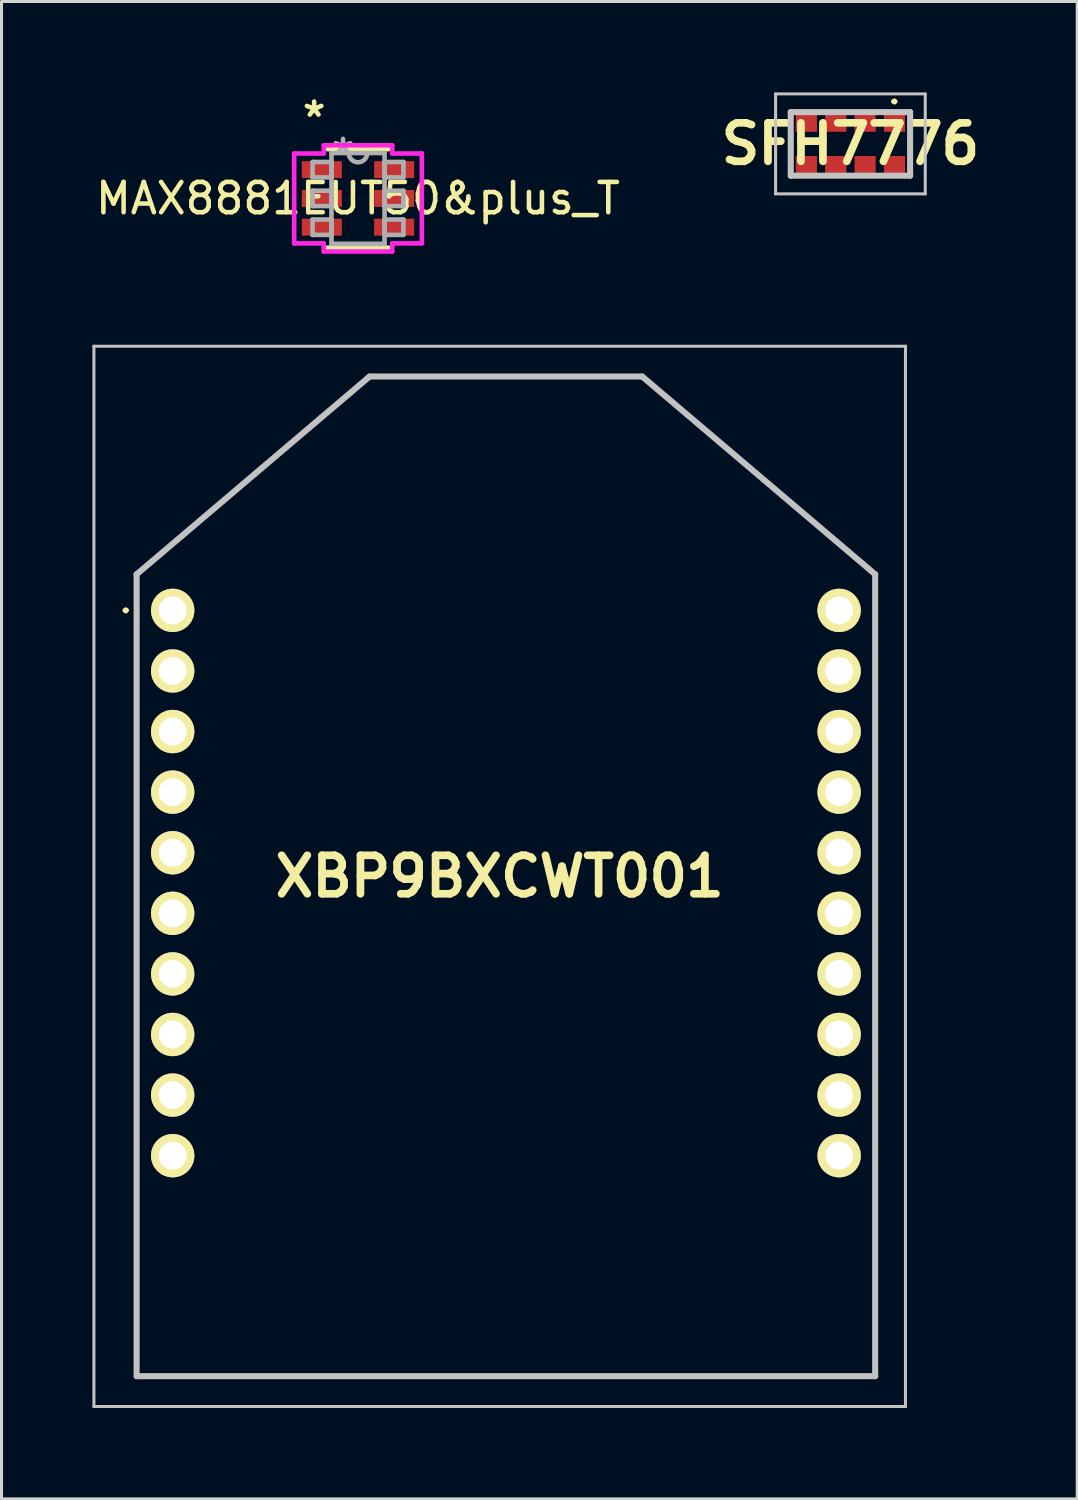
<source format=kicad_pcb>
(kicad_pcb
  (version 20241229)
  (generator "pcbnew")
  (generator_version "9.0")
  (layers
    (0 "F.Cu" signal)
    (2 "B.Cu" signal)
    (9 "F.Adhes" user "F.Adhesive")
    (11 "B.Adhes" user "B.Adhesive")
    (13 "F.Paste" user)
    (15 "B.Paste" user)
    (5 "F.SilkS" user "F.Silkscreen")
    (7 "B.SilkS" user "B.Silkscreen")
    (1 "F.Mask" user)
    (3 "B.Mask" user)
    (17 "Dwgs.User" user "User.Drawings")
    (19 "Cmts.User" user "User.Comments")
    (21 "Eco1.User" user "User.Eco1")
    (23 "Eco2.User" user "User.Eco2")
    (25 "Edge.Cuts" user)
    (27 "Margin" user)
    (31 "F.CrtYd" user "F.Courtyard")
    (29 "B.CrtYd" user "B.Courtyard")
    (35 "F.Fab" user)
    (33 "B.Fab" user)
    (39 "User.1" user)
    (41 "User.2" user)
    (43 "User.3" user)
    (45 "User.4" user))
  (footprint "XBP9BXCWT001"
    (layer "F.Cu")
    (at 2.65 17.099)
    (property "Reference" "XBP9BXCWT001" (at 10.795 8.78 0) (layer "F.SilkS") (effects (font (size 1.27 1.27) (thickness 0.254))))
    (attr through_hole)
    (fp_line (start -1.6 0) (end -1.6 0) (stroke (width 0.1) (type solid)) (layer "F.SilkS"))
    (fp_line (start -1.5 0) (end -1.5 0) (stroke (width 0.1) (type solid)) (layer "F.SilkS"))
    (fp_line (start -1.19 -1.19) (end -1.19 25.28) (stroke (width 0.1) (type solid)) (layer "F.SilkS"))
    (fp_line (start -1.19 25.28) (end 23.19 25.28) (stroke (width 0.1) (type solid)) (layer "F.SilkS"))
    (fp_line (start 6.5 -7.72) (end -1.19 -1.19) (stroke (width 0.1) (type solid)) (layer "F.SilkS"))
    (fp_line (start 15.5 -7.72) (end 6.5 -7.72) (stroke (width 0.1) (type solid)) (layer "F.SilkS"))
    (fp_line (start 23.19 -1.19) (end 15.5 -7.72) (stroke (width 0.1) (type solid)) (layer "F.SilkS"))
    (fp_line (start 23.19 25.28) (end 23.19 -1.19) (stroke (width 0.1) (type solid)) (layer "F.SilkS"))
    (fp_arc (start -1.6 0) (mid -1.55 -0.05) (end -1.5 0) (stroke (width 0.1) (type solid)) (layer "F.SilkS"))
    (fp_arc (start -1.5 0) (mid -1.55 0.05) (end -1.6 0) (stroke (width 0.1) (type solid)) (layer "F.SilkS"))
    (fp_line (start -2.6 -8.72) (end 24.19 -8.72) (stroke (width 0.1) (type solid)) (layer "Dwgs.User"))
    (fp_line (start -2.6 26.28) (end -2.6 -8.72) (stroke (width 0.1) (type solid)) (layer "Dwgs.User"))
    (fp_line (start -1.19 -1.19) (end -1.19 25.28) (stroke (width 0.2) (type solid)) (layer "Dwgs.User"))
    (fp_line (start -1.19 25.28) (end 23.19 25.28) (stroke (width 0.2) (type solid)) (layer "Dwgs.User"))
    (fp_line (start 6.5 -7.72) (end -1.19 -1.19) (stroke (width 0.2) (type solid)) (layer "Dwgs.User"))
    (fp_line (start 15.5 -7.72) (end 6.5 -7.72) (stroke (width 0.2) (type solid)) (layer "Dwgs.User"))
    (fp_line (start 23.19 -1.19) (end 15.5 -7.72) (stroke (width 0.2) (type solid)) (layer "Dwgs.User"))
    (fp_line (start 23.19 25.28) (end 23.19 -1.19) (stroke (width 0.2) (type solid)) (layer "Dwgs.User"))
    (fp_line (start 24.19 -8.72) (end 24.19 26.28) (stroke (width 0.1) (type solid)) (layer "Dwgs.User"))
    (fp_line (start 24.19 26.28) (end -2.6 26.28) (stroke (width 0.1) (type solid)) (layer "Dwgs.User"))
    (pad "1" thru_hole circle (at 0 0 90) (size 1.431 1.431) (drill 0.92) (layers "*.Cu" "*.Mask" "F.SilkS"))
    (pad "2" thru_hole circle (at 0 2 90) (size 1.431 1.431) (drill 0.92) (layers "*.Cu" "*.Mask" "F.SilkS"))
    (pad "3" thru_hole circle (at 0 4 90) (size 1.431 1.431) (drill 0.92) (layers "*.Cu" "*.Mask" "F.SilkS"))
    (pad "4" thru_hole circle (at 0 6 90) (size 1.431 1.431) (drill 0.92) (layers "*.Cu" "*.Mask" "F.SilkS"))
    (pad "5" thru_hole circle (at 0 8 90) (size 1.431 1.431) (drill 0.92) (layers "*.Cu" "*.Mask" "F.SilkS"))
    (pad "6" thru_hole circle (at 0 10 90) (size 1.431 1.431) (drill 0.92) (layers "*.Cu" "*.Mask" "F.SilkS"))
    (pad "7" thru_hole circle (at 0 12 90) (size 1.431 1.431) (drill 0.92) (layers "*.Cu" "*.Mask" "F.SilkS"))
    (pad "8" thru_hole circle (at 0 14 90) (size 1.431 1.431) (drill 0.92) (layers "*.Cu" "*.Mask" "F.SilkS"))
    (pad "9" thru_hole circle (at 0 16 90) (size 1.431 1.431) (drill 0.92) (layers "*.Cu" "*.Mask" "F.SilkS"))
    (pad "10" thru_hole circle (at 0 18 90) (size 1.431 1.431) (drill 0.92) (layers "*.Cu" "*.Mask" "F.SilkS"))
    (pad "11" thru_hole circle (at 22 18 90) (size 1.431 1.431) (drill 0.92) (layers "*.Cu" "*.Mask" "F.SilkS"))
    (pad "12" thru_hole circle (at 22 16 90) (size 1.431 1.431) (drill 0.92) (layers "*.Cu" "*.Mask" "F.SilkS"))
    (pad "13" thru_hole circle (at 22 14 90) (size 1.431 1.431) (drill 0.92) (layers "*.Cu" "*.Mask" "F.SilkS"))
    (pad "14" thru_hole circle (at 22 12 90) (size 1.431 1.431) (drill 0.92) (layers "*.Cu" "*.Mask" "F.SilkS"))
    (pad "15" thru_hole circle (at 22 10 90) (size 1.431 1.431) (drill 0.92) (layers "*.Cu" "*.Mask" "F.SilkS"))
    (pad "16" thru_hole circle (at 22 8 90) (size 1.431 1.431) (drill 0.92) (layers "*.Cu" "*.Mask" "F.SilkS"))
    (pad "17" thru_hole circle (at 22 6 90) (size 1.431 1.431) (drill 0.92) (layers "*.Cu" "*.Mask" "F.SilkS"))
    (pad "18" thru_hole circle (at 22 4 90) (size 1.431 1.431) (drill 0.92) (layers "*.Cu" "*.Mask" "F.SilkS"))
    (pad "19" thru_hole circle (at 22 2 90) (size 1.431 1.431) (drill 0.92) (layers "*.Cu" "*.Mask" "F.SilkS"))
    (pad "20" thru_hole circle (at 22 0 90) (size 1.431 1.431) (drill 0.92) (layers "*.Cu" "*.Mask" "F.SilkS")))
  (footprint "SFH7776"
    (layer "F.Cu")
    (at 25.023 1.7)
    (property "Reference" "SFH7776" (at 0 0 0) (layer "F.SilkS") (effects (font (size 1.27 1.27) (thickness 0.254))))
    (attr smd)
    (fp_line (start -1.97 -1.05) (end -1.94 1.05) (stroke (width 0.1) (type solid)) (layer "F.SilkS"))
    (fp_line (start 1.4 -1.4) (end 1.4 -1.4) (stroke (width 0.1) (type solid)) (layer "F.SilkS"))
    (fp_line (start 1.5 -1.4) (end 1.5 -1.4) (stroke (width 0.1) (type solid)) (layer "F.SilkS"))
    (fp_line (start 1.97 -1.05) (end 1.97 1.05) (stroke (width 0.1) (type solid)) (layer "F.SilkS"))
    (fp_arc (start 1.4 -1.4) (mid 1.45 -1.45) (end 1.5 -1.4) (stroke (width 0.1) (type solid)) (layer "F.SilkS"))
    (fp_arc (start 1.5 -1.4) (mid 1.45 -1.35) (end 1.4 -1.4) (stroke (width 0.1) (type solid)) (layer "F.SilkS"))
    (fp_line (start -2.47 -1.65) (end 2.47 -1.65) (stroke (width 0.1) (type solid)) (layer "Dwgs.User"))
    (fp_line (start -2.47 1.65) (end -2.47 -1.65) (stroke (width 0.1) (type solid)) (layer "Dwgs.User"))
    (fp_line (start -1.97 -1.05) (end 1.97 -1.05) (stroke (width 0.2) (type solid)) (layer "Dwgs.User"))
    (fp_line (start -1.97 1.05) (end -1.97 -1.05) (stroke (width 0.2) (type solid)) (layer "Dwgs.User"))
    (fp_line (start 1.97 -1.05) (end 1.97 1.05) (stroke (width 0.2) (type solid)) (layer "Dwgs.User"))
    (fp_line (start 1.97 1.05) (end -1.97 1.05) (stroke (width 0.2) (type solid)) (layer "Dwgs.User"))
    (fp_line (start 2.47 -1.65) (end 2.47 1.65) (stroke (width 0.1) (type solid)) (layer "Dwgs.User"))
    (fp_line (start 2.47 1.65) (end -2.47 1.65) (stroke (width 0.1) (type solid)) (layer "Dwgs.User"))
    (pad "1" smd rect (at 1.455 -0.7 90) (size 0.6 0.7) (layers "F.Cu" "F.Mask" "F.Paste"))
    (pad "2" smd rect (at 0.485 -0.7 90) (size 0.6 0.7) (layers "F.Cu" "F.Mask" "F.Paste"))
    (pad "3" smd rect (at -0.485 -0.7 90) (size 0.6 0.7) (layers "F.Cu" "F.Mask" "F.Paste"))
    (pad "4" smd rect (at -1.455 -0.7 90) (size 0.6 0.7) (layers "F.Cu" "F.Mask" "F.Paste"))
    (pad "5" smd rect (at -1.455 0.7 90) (size 0.6 0.7) (layers "F.Cu" "F.Mask" "F.Paste"))
    (pad "6" smd rect (at -0.485 0.7 90) (size 0.6 0.7) (layers "F.Cu" "F.Mask" "F.Paste"))
    (pad "7" smd rect (at 0.485 0.7 90) (size 0.6 0.7) (layers "F.Cu" "F.Mask" "F.Paste"))
    (pad "8" smd rect (at 1.455 0.7 90) (size 0.6 0.7) (layers "F.Cu" "F.Mask" "F.Paste")))
  (footprint "MAX8881EUT50&plus_T"
    (layer "F.Cu")
    (at 8.768 3.5)
    (property "Reference" "MAX8881EUT50&plus_T" (at 0 0 0) (layer "F.SilkS") (effects (font (size 1 1) (thickness 0.15))))
    (attr through_hole)
    (fp_line (start -1.003 1.626) (end 1.003 1.626) (stroke (width 0.152) (type solid)) (layer "F.SilkS"))
    (fp_line (start 1.003 -1.626) (end -1.003 -1.626) (stroke (width 0.152) (type solid)) (layer "F.SilkS"))
    (fp_line (start -2.108 -1.483) (end -1.13 -1.483) (stroke (width 0.152) (type solid)) (layer "F.CrtYd"))
    (fp_line (start -2.108 1.483) (end -2.108 -1.483) (stroke (width 0.152) (type solid)) (layer "F.CrtYd"))
    (fp_line (start -1.13 -1.753) (end 1.13 -1.753) (stroke (width 0.152) (type solid)) (layer "F.CrtYd"))
    (fp_line (start -1.13 -1.483) (end -1.13 -1.753) (stroke (width 0.152) (type solid)) (layer "F.CrtYd"))
    (fp_line (start -1.13 1.483) (end -2.108 1.483) (stroke (width 0.152) (type solid)) (layer "F.CrtYd"))
    (fp_line (start -1.13 1.753) (end -1.13 1.483) (stroke (width 0.152) (type solid)) (layer "F.CrtYd"))
    (fp_line (start 1.13 -1.753) (end 1.13 -1.483) (stroke (width 0.152) (type solid)) (layer "F.CrtYd"))
    (fp_line (start 1.13 -1.483) (end 2.108 -1.483) (stroke (width 0.152) (type solid)) (layer "F.CrtYd"))
    (fp_line (start 1.13 1.483) (end 1.13 1.753) (stroke (width 0.152) (type solid)) (layer "F.CrtYd"))
    (fp_line (start 1.13 1.753) (end -1.13 1.753) (stroke (width 0.152) (type solid)) (layer "F.CrtYd"))
    (fp_line (start 2.108 -1.483) (end 2.108 1.483) (stroke (width 0.152) (type solid)) (layer "F.CrtYd"))
    (fp_line (start 2.108 1.483) (end 1.13 1.483) (stroke (width 0.152) (type solid)) (layer "F.CrtYd"))
    (fp_line (start -1.499 -1.204) (end -1.499 -0.696) (stroke (width 0.152) (type solid)) (layer "F.Fab"))
    (fp_line (start -1.499 -0.696) (end -0.876 -0.696) (stroke (width 0.152) (type solid)) (layer "F.Fab"))
    (fp_line (start -1.499 -0.254) (end -1.499 0.254) (stroke (width 0.152) (type solid)) (layer "F.Fab"))
    (fp_line (start -1.499 0.254) (end -0.876 0.254) (stroke (width 0.152) (type solid)) (layer "F.Fab"))
    (fp_line (start -1.499 0.696) (end -1.499 1.204) (stroke (width 0.152) (type solid)) (layer "F.Fab"))
    (fp_line (start -1.499 1.204) (end -0.876 1.204) (stroke (width 0.152) (type solid)) (layer "F.Fab"))
    (fp_line (start -0.876 -1.499) (end -0.876 1.499) (stroke (width 0.152) (type solid)) (layer "F.Fab"))
    (fp_line (start -0.876 -1.204) (end -1.499 -1.204) (stroke (width 0.152) (type solid)) (layer "F.Fab"))
    (fp_line (start -0.876 -0.696) (end -0.876 -1.204) (stroke (width 0.152) (type solid)) (layer "F.Fab"))
    (fp_line (start -0.876 -0.254) (end -1.499 -0.254) (stroke (width 0.152) (type solid)) (layer "F.Fab"))
    (fp_line (start -0.876 0.254) (end -0.876 -0.254) (stroke (width 0.152) (type solid)) (layer "F.Fab"))
    (fp_line (start -0.876 0.696) (end -1.499 0.696) (stroke (width 0.152) (type solid)) (layer "F.Fab"))
    (fp_line (start -0.876 1.204) (end -0.876 0.696) (stroke (width 0.152) (type solid)) (layer "F.Fab"))
    (fp_line (start -0.876 1.499) (end 0.876 1.499) (stroke (width 0.152) (type solid)) (layer "F.Fab"))
    (fp_line (start 0.876 -1.499) (end -0.876 -1.499) (stroke (width 0.152) (type solid)) (layer "F.Fab"))
    (fp_line (start 0.876 -1.204) (end 0.876 -0.696) (stroke (width 0.152) (type solid)) (layer "F.Fab"))
    (fp_line (start 0.876 -0.696) (end 1.499 -0.696) (stroke (width 0.152) (type solid)) (layer "F.Fab"))
    (fp_line (start 0.876 -0.254) (end 0.876 0.254) (stroke (width 0.152) (type solid)) (layer "F.Fab"))
    (fp_line (start 0.876 0.254) (end 1.499 0.254) (stroke (width 0.152) (type solid)) (layer "F.Fab"))
    (fp_line (start 0.876 0.696) (end 0.876 1.204) (stroke (width 0.152) (type solid)) (layer "F.Fab"))
    (fp_line (start 0.876 1.204) (end 1.499 1.204) (stroke (width 0.152) (type solid)) (layer "F.Fab"))
    (fp_line (start 0.876 1.499) (end 0.876 -1.499) (stroke (width 0.152) (type solid)) (layer "F.Fab"))
    (fp_line (start 1.499 -1.204) (end 0.876 -1.204) (stroke (width 0.152) (type solid)) (layer "F.Fab"))
    (fp_line (start 1.499 -0.696) (end 1.499 -1.204) (stroke (width 0.152) (type solid)) (layer "F.Fab"))
    (fp_line (start 1.499 -0.254) (end 0.876 -0.254) (stroke (width 0.152) (type solid)) (layer "F.Fab"))
    (fp_line (start 1.499 0.254) (end 1.499 -0.254) (stroke (width 0.152) (type solid)) (layer "F.Fab"))
    (fp_line (start 1.499 0.696) (end 0.876 0.696) (stroke (width 0.152) (type solid)) (layer "F.Fab"))
    (fp_line (start 1.499 1.204) (end 1.499 0.696) (stroke (width 0.152) (type solid)) (layer "F.Fab"))
    (fp_arc (start 0.3048 -1.4986) (mid 0 -1.1938) (end -0.3048 -1.4986) (stroke (width 0.1524) (type solid)) (layer "F.Fab"))
    (fp_text user "*" (at -1.448 -2.652 0) (layer "F.SilkS") (effects (font (size 1 1) (thickness 0.15))))
    (fp_text user "Copyright 2016 Accelerated Designs. All rights reserved." (at 0 0 0) (layer "Cmts.User") (effects (font (size 0.127 0.127) (thickness 0.002))))
    (fp_text user "*" (at -0.495 -1.422 0) (layer "F.Fab") (effects (font (size 1 1) (thickness 0.15))))
    (pad "1" smd rect (at -1.194 -0.95) (size 1.321 0.559) (layers "F.Cu" "F.Mask" "F.Paste"))
    (pad "2" smd rect (at -1.194 0) (size 1.321 0.559) (layers "F.Cu" "F.Mask" "F.Paste"))
    (pad "3" smd rect (at -1.194 0.95) (size 1.321 0.559) (layers "F.Cu" "F.Mask" "F.Paste"))
    (pad "4" smd rect (at 1.194 0.95) (size 1.321 0.559) (layers "F.Cu" "F.Mask" "F.Paste"))
    (pad "5" smd rect (at 1.194 0) (size 1.321 0.559) (layers "F.Cu" "F.Mask" "F.Paste"))
    (pad "6" smd rect (at 1.194 -0.95) (size 1.321 0.559) (layers "F.Cu" "F.Mask" "F.Paste")))
  (gr_rect
    (start -3 -3)
    (end 32.51 46.429)
    (stroke (width 0.1) (type default))
    (fill no)
    (layer "Edge.Cuts")))
</source>
